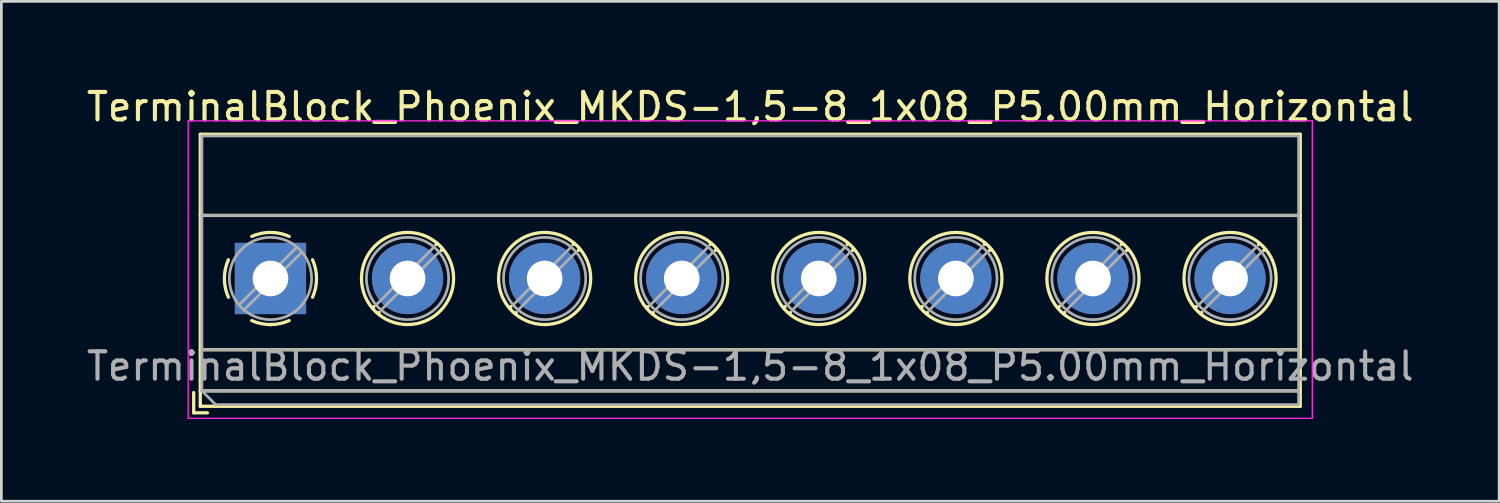
<source format=kicad_pcb>
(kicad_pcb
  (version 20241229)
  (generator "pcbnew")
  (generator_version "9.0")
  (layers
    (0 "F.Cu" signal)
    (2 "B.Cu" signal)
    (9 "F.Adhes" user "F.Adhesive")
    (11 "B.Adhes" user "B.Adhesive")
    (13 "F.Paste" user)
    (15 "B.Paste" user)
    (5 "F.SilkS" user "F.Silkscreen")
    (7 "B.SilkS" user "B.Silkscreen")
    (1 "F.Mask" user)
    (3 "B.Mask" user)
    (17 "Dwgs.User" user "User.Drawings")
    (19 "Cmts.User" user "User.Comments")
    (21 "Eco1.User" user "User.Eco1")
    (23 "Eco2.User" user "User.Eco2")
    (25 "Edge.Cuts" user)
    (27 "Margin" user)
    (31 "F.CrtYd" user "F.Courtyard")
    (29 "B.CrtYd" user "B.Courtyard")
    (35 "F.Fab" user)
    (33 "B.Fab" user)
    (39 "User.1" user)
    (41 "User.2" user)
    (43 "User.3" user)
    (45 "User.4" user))
  (footprint "TerminalBlock_Phoenix_MKDS-1,5-8_1x08_P5.00mm_Horizontal"
    (layer "F.Cu")
    (at 6.815 7.108)
    (property "Reference" "TerminalBlock_Phoenix_MKDS-1,5-8_1x08_P5.00mm_Horizontal" (at 17.5 -6.26 0) (layer "F.SilkS") (effects (font (size 1 1) (thickness 0.15))))
    (attr through_hole)
    (fp_line (start -2.8 4.16) (end -2.8 4.9) (stroke (width 0.12) (type solid)) (layer "F.SilkS"))
    (fp_line (start -2.8 4.9) (end -2.3 4.9) (stroke (width 0.12) (type solid)) (layer "F.SilkS"))
    (fp_line (start -2.56 -5.261) (end -2.56 4.66) (stroke (width 0.12) (type solid)) (layer "F.SilkS"))
    (fp_line (start -2.56 -5.261) (end 37.56 -5.261) (stroke (width 0.12) (type solid)) (layer "F.SilkS"))
    (fp_line (start -2.56 -2.301) (end 37.56 -2.301) (stroke (width 0.12) (type solid)) (layer "F.SilkS"))
    (fp_line (start -2.56 2.6) (end 37.56 2.6) (stroke (width 0.12) (type solid)) (layer "F.SilkS"))
    (fp_line (start -2.56 4.1) (end 37.56 4.1) (stroke (width 0.12) (type solid)) (layer "F.SilkS"))
    (fp_line (start -2.56 4.66) (end 37.56 4.66) (stroke (width 0.12) (type solid)) (layer "F.SilkS"))
    (fp_line (start 3.773 1.023) (end 3.726 1.069) (stroke (width 0.12) (type solid)) (layer "F.SilkS"))
    (fp_line (start 3.966 1.239) (end 3.931 1.274) (stroke (width 0.12) (type solid)) (layer "F.SilkS"))
    (fp_line (start 6.07 -1.275) (end 6.035 -1.239) (stroke (width 0.12) (type solid)) (layer "F.SilkS"))
    (fp_line (start 6.275 -1.069) (end 6.228 -1.023) (stroke (width 0.12) (type solid)) (layer "F.SilkS"))
    (fp_line (start 8.773 1.023) (end 8.726 1.069) (stroke (width 0.12) (type solid)) (layer "F.SilkS"))
    (fp_line (start 8.966 1.239) (end 8.931 1.274) (stroke (width 0.12) (type solid)) (layer "F.SilkS"))
    (fp_line (start 11.07 -1.275) (end 11.035 -1.239) (stroke (width 0.12) (type solid)) (layer "F.SilkS"))
    (fp_line (start 11.275 -1.069) (end 11.228 -1.023) (stroke (width 0.12) (type solid)) (layer "F.SilkS"))
    (fp_line (start 13.773 1.023) (end 13.726 1.069) (stroke (width 0.12) (type solid)) (layer "F.SilkS"))
    (fp_line (start 13.966 1.239) (end 13.931 1.274) (stroke (width 0.12) (type solid)) (layer "F.SilkS"))
    (fp_line (start 16.07 -1.275) (end 16.035 -1.239) (stroke (width 0.12) (type solid)) (layer "F.SilkS"))
    (fp_line (start 16.275 -1.069) (end 16.228 -1.023) (stroke (width 0.12) (type solid)) (layer "F.SilkS"))
    (fp_line (start 18.773 1.023) (end 18.726 1.069) (stroke (width 0.12) (type solid)) (layer "F.SilkS"))
    (fp_line (start 18.966 1.239) (end 18.931 1.274) (stroke (width 0.12) (type solid)) (layer "F.SilkS"))
    (fp_line (start 21.07 -1.275) (end 21.035 -1.239) (stroke (width 0.12) (type solid)) (layer "F.SilkS"))
    (fp_line (start 21.275 -1.069) (end 21.228 -1.023) (stroke (width 0.12) (type solid)) (layer "F.SilkS"))
    (fp_line (start 23.773 1.023) (end 23.726 1.069) (stroke (width 0.12) (type solid)) (layer "F.SilkS"))
    (fp_line (start 23.966 1.239) (end 23.931 1.274) (stroke (width 0.12) (type solid)) (layer "F.SilkS"))
    (fp_line (start 26.07 -1.275) (end 26.035 -1.239) (stroke (width 0.12) (type solid)) (layer "F.SilkS"))
    (fp_line (start 26.275 -1.069) (end 26.228 -1.023) (stroke (width 0.12) (type solid)) (layer "F.SilkS"))
    (fp_line (start 28.773 1.023) (end 28.726 1.069) (stroke (width 0.12) (type solid)) (layer "F.SilkS"))
    (fp_line (start 28.966 1.239) (end 28.931 1.274) (stroke (width 0.12) (type solid)) (layer "F.SilkS"))
    (fp_line (start 31.07 -1.275) (end 31.035 -1.239) (stroke (width 0.12) (type solid)) (layer "F.SilkS"))
    (fp_line (start 31.275 -1.069) (end 31.228 -1.023) (stroke (width 0.12) (type solid)) (layer "F.SilkS"))
    (fp_line (start 33.773 1.023) (end 33.726 1.069) (stroke (width 0.12) (type solid)) (layer "F.SilkS"))
    (fp_line (start 33.966 1.239) (end 33.931 1.274) (stroke (width 0.12) (type solid)) (layer "F.SilkS"))
    (fp_line (start 36.07 -1.275) (end 36.035 -1.239) (stroke (width 0.12) (type solid)) (layer "F.SilkS"))
    (fp_line (start 36.275 -1.069) (end 36.228 -1.023) (stroke (width 0.12) (type solid)) (layer "F.SilkS"))
    (fp_line (start 37.56 -5.261) (end 37.56 4.66) (stroke (width 0.12) (type solid)) (layer "F.SilkS"))
    (fp_arc (start -1.535427 0.683042) (mid -1.680501 -0.000524) (end -1.535 -0.684) (stroke (width 0.12) (type solid)) (layer "F.SilkS"))
    (fp_arc (start -0.683042 -1.535427) (mid 0.000524 -1.680501) (end 0.684 -1.535) (stroke (width 0.12) (type solid)) (layer "F.SilkS"))
    (fp_arc (start 0.028805 1.680253) (mid -0.335551 1.646659) (end -0.684 1.535) (stroke (width 0.12) (type solid)) (layer "F.SilkS"))
    (fp_arc (start 0.683318 1.534756) (mid 0.349292 1.643288) (end 0 1.68) (stroke (width 0.12) (type solid)) (layer "F.SilkS"))
    (fp_arc (start 1.535427 -0.683042) (mid 1.680501 0.000524) (end 1.535 0.684) (stroke (width 0.12) (type solid)) (layer "F.SilkS"))
    (fp_circle (center 5 0) (end 6.68 0) (stroke (width 0.12) (type solid)) (fill no) (layer "F.SilkS"))
    (fp_circle (center 10 0) (end 11.68 0) (stroke (width 0.12) (type solid)) (fill no) (layer "F.SilkS"))
    (fp_circle (center 15 0) (end 16.68 0) (stroke (width 0.12) (type solid)) (fill no) (layer "F.SilkS"))
    (fp_circle (center 20 0) (end 21.68 0) (stroke (width 0.12) (type solid)) (fill no) (layer "F.SilkS"))
    (fp_circle (center 25 0) (end 26.68 0) (stroke (width 0.12) (type solid)) (fill no) (layer "F.SilkS"))
    (fp_circle (center 30 0) (end 31.68 0) (stroke (width 0.12) (type solid)) (fill no) (layer "F.SilkS"))
    (fp_circle (center 35 0) (end 36.68 0) (stroke (width 0.12) (type solid)) (fill no) (layer "F.SilkS"))
    (fp_line (start -3 -5.75) (end -3 5.1) (stroke (width 0.05) (type solid)) (layer "F.CrtYd"))
    (fp_line (start -3 5.1) (end 38 5.1) (stroke (width 0.05) (type solid)) (layer "F.CrtYd"))
    (fp_line (start 38 -5.75) (end -3 -5.75) (stroke (width 0.05) (type solid)) (layer "F.CrtYd"))
    (fp_line (start 38 5.1) (end 38 -5.75) (stroke (width 0.05) (type solid)) (layer "F.CrtYd"))
    (fp_line (start -2.5 -5.2) (end 37.5 -5.2) (stroke (width 0.1) (type solid)) (layer "F.Fab"))
    (fp_line (start -2.5 -2.3) (end 37.5 -2.3) (stroke (width 0.1) (type solid)) (layer "F.Fab"))
    (fp_line (start -2.5 2.6) (end 37.5 2.6) (stroke (width 0.1) (type solid)) (layer "F.Fab"))
    (fp_line (start -2.5 4.1) (end -2.5 -5.2) (stroke (width 0.1) (type solid)) (layer "F.Fab"))
    (fp_line (start -2.5 4.1) (end 37.5 4.1) (stroke (width 0.1) (type solid)) (layer "F.Fab"))
    (fp_line (start -2 4.6) (end -2.5 4.1) (stroke (width 0.1) (type solid)) (layer "F.Fab"))
    (fp_line (start 0.955 -1.138) (end -1.138 0.955) (stroke (width 0.1) (type solid)) (layer "F.Fab"))
    (fp_line (start 1.138 -0.955) (end -0.955 1.138) (stroke (width 0.1) (type solid)) (layer "F.Fab"))
    (fp_line (start 5.955 -1.138) (end 3.863 0.955) (stroke (width 0.1) (type solid)) (layer "F.Fab"))
    (fp_line (start 6.138 -0.955) (end 4.046 1.138) (stroke (width 0.1) (type solid)) (layer "F.Fab"))
    (fp_line (start 10.955 -1.138) (end 8.863 0.955) (stroke (width 0.1) (type solid)) (layer "F.Fab"))
    (fp_line (start 11.138 -0.955) (end 9.046 1.138) (stroke (width 0.1) (type solid)) (layer "F.Fab"))
    (fp_line (start 15.955 -1.138) (end 13.863 0.955) (stroke (width 0.1) (type solid)) (layer "F.Fab"))
    (fp_line (start 16.138 -0.955) (end 14.046 1.138) (stroke (width 0.1) (type solid)) (layer "F.Fab"))
    (fp_line (start 20.955 -1.138) (end 18.863 0.955) (stroke (width 0.1) (type solid)) (layer "F.Fab"))
    (fp_line (start 21.138 -0.955) (end 19.046 1.138) (stroke (width 0.1) (type solid)) (layer "F.Fab"))
    (fp_line (start 25.955 -1.138) (end 23.863 0.955) (stroke (width 0.1) (type solid)) (layer "F.Fab"))
    (fp_line (start 26.138 -0.955) (end 24.046 1.138) (stroke (width 0.1) (type solid)) (layer "F.Fab"))
    (fp_line (start 30.955 -1.138) (end 28.863 0.955) (stroke (width 0.1) (type solid)) (layer "F.Fab"))
    (fp_line (start 31.138 -0.955) (end 29.046 1.138) (stroke (width 0.1) (type solid)) (layer "F.Fab"))
    (fp_line (start 35.955 -1.138) (end 33.863 0.955) (stroke (width 0.1) (type solid)) (layer "F.Fab"))
    (fp_line (start 36.138 -0.955) (end 34.046 1.138) (stroke (width 0.1) (type solid)) (layer "F.Fab"))
    (fp_line (start 37.5 -5.2) (end 37.5 4.6) (stroke (width 0.1) (type solid)) (layer "F.Fab"))
    (fp_line (start 37.5 4.6) (end -2 4.6) (stroke (width 0.1) (type solid)) (layer "F.Fab"))
    (fp_circle (center 0 0) (end 1.5 0) (stroke (width 0.1) (type solid)) (fill no) (layer "F.Fab"))
    (fp_circle (center 5 0) (end 6.5 0) (stroke (width 0.1) (type solid)) (fill no) (layer "F.Fab"))
    (fp_circle (center 10 0) (end 11.5 0) (stroke (width 0.1) (type solid)) (fill no) (layer "F.Fab"))
    (fp_circle (center 15 0) (end 16.5 0) (stroke (width 0.1) (type solid)) (fill no) (layer "F.Fab"))
    (fp_circle (center 20 0) (end 21.5 0) (stroke (width 0.1) (type solid)) (fill no) (layer "F.Fab"))
    (fp_circle (center 25 0) (end 26.5 0) (stroke (width 0.1) (type solid)) (fill no) (layer "F.Fab"))
    (fp_circle (center 30 0) (end 31.5 0) (stroke (width 0.1) (type solid)) (fill no) (layer "F.Fab"))
    (fp_circle (center 35 0) (end 36.5 0) (stroke (width 0.1) (type solid)) (fill no) (layer "F.Fab"))
    (fp_text user "${REFERENCE}" (at 17.5 3.2 0) (layer "F.Fab") (effects (font (size 1 1) (thickness 0.15))))
    (pad "1" thru_hole rect (at 0 0) (size 2.6 2.6) (drill 1.3) (layers "*.Cu" "*.Mask"))
    (pad "2" thru_hole circle (at 5 0) (size 2.6 2.6) (drill 1.3) (layers "*.Cu" "*.Mask"))
    (pad "3" thru_hole circle (at 10 0) (size 2.6 2.6) (drill 1.3) (layers "*.Cu" "*.Mask"))
    (pad "4" thru_hole circle (at 15 0) (size 2.6 2.6) (drill 1.3) (layers "*.Cu" "*.Mask"))
    (pad "5" thru_hole circle (at 20 0) (size 2.6 2.6) (drill 1.3) (layers "*.Cu" "*.Mask"))
    (pad "6" thru_hole circle (at 25 0) (size 2.6 2.6) (drill 1.3) (layers "*.Cu" "*.Mask"))
    (pad "7" thru_hole circle (at 30 0) (size 2.6 2.6) (drill 1.3) (layers "*.Cu" "*.Mask"))
    (pad "8" thru_hole circle (at 35 0) (size 2.6 2.6) (drill 1.3) (layers "*.Cu" "*.Mask")))
  (gr_rect
    (start -3 -3)
    (end 51.631 15.233)
    (stroke (width 0.1) (type default))
    (fill no)
    (layer "Edge.Cuts")))
</source>
